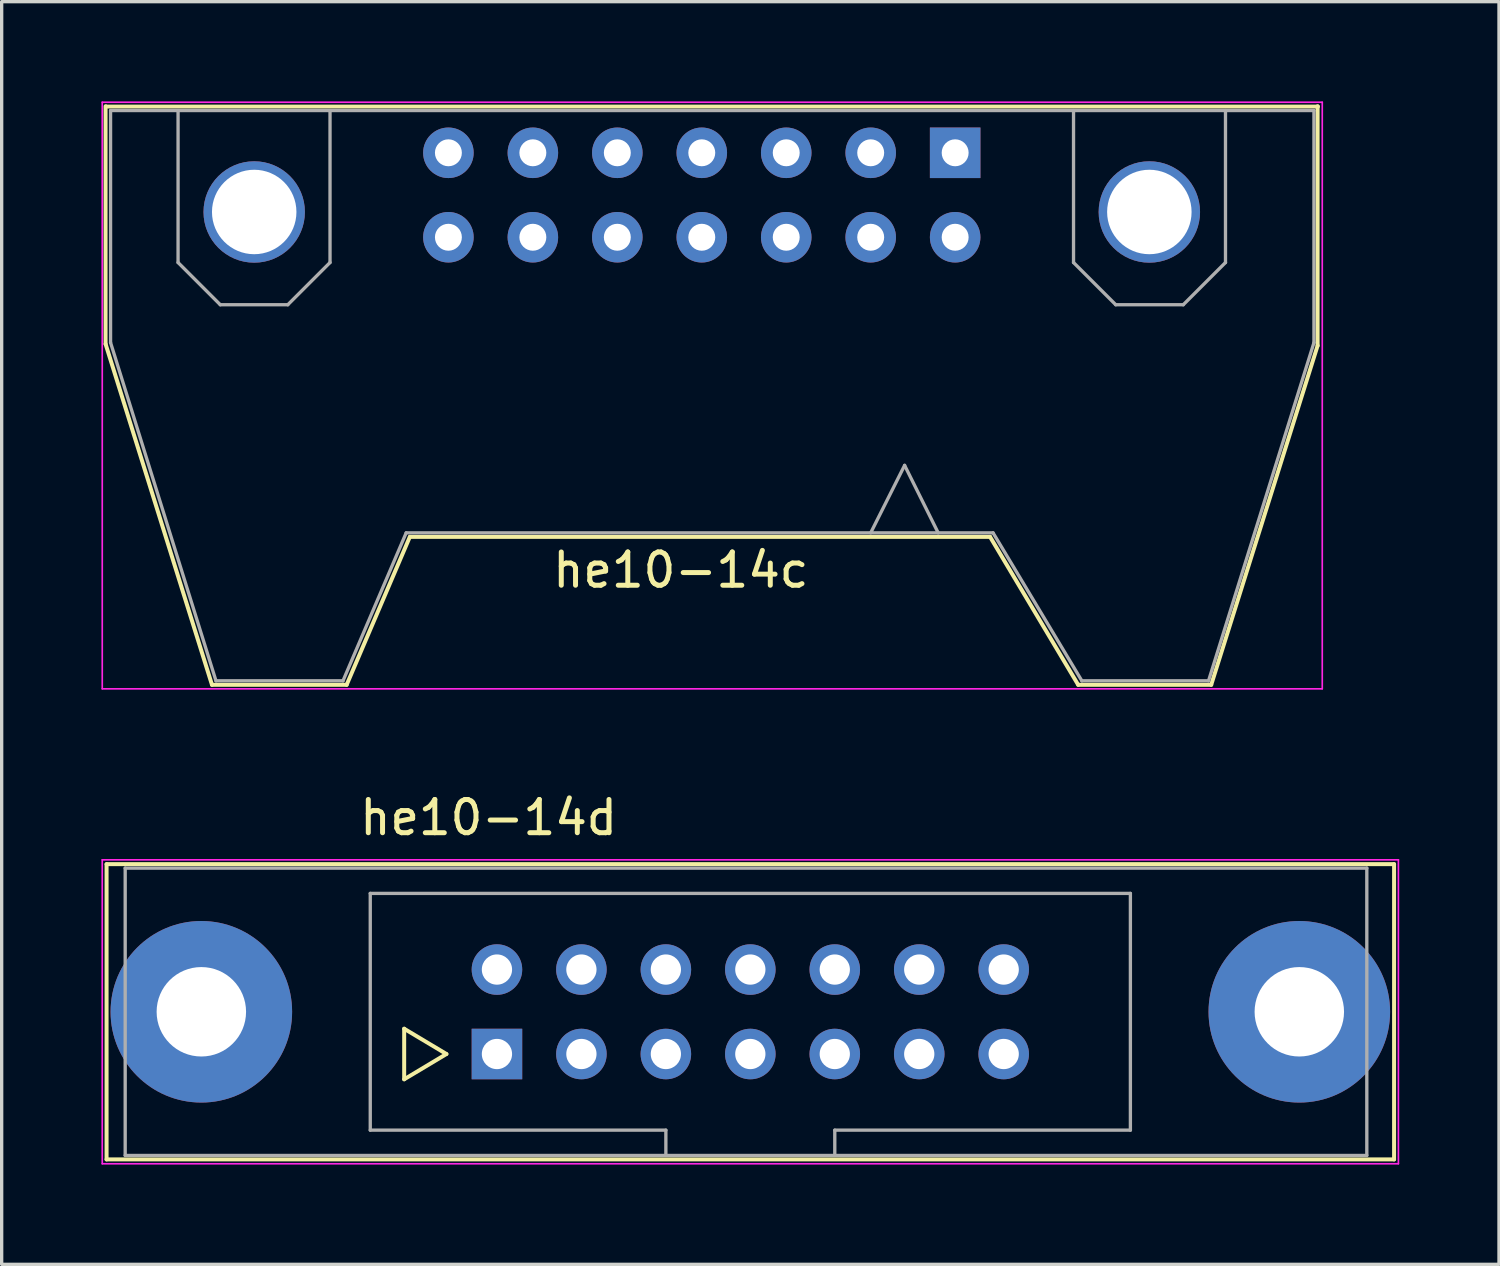
<source format=kicad_pcb>
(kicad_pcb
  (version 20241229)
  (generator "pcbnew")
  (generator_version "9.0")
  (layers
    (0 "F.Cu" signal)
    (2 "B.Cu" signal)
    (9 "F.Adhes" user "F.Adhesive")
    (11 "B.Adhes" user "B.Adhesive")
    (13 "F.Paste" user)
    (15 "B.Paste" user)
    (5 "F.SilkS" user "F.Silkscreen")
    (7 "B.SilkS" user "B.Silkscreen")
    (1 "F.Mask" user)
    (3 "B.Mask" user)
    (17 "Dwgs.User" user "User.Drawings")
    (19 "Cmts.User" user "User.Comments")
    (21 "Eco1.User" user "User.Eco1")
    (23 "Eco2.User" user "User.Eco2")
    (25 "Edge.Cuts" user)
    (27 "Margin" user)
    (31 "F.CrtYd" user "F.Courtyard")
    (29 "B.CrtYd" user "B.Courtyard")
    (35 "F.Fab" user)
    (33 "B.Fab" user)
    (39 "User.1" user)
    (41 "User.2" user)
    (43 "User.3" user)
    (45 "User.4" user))
  (footprint "he10-14c"
    (layer "F.Cu")
    (at 25.675 1.545)
    (property "Reference" "he10-14c" (at -8.25 12.55 0) (layer "F.SilkS") (effects (font (size 1 1) (thickness 0.15))))
    (attr through_hole)
    (fp_line (start -25.55 -1.4) (end -25.55 5.75) (stroke (width 0.12) (type solid)) (layer "F.SilkS"))
    (fp_line (start -25.55 5.75) (end -22.35 16) (stroke (width 0.12) (type solid)) (layer "F.SilkS"))
    (fp_line (start -25.52 -1.39) (end 10.91 -1.39) (stroke (width 0.12) (type solid)) (layer "F.SilkS"))
    (fp_line (start -22.35 16) (end -18.3 16) (stroke (width 0.12) (type solid)) (layer "F.SilkS"))
    (fp_line (start -18.3 16) (end -16.4 11.55) (stroke (width 0.12) (type solid)) (layer "F.SilkS"))
    (fp_line (start -16.4 11.55) (end 1.05 11.55) (stroke (width 0.12) (type solid)) (layer "F.SilkS"))
    (fp_line (start 1.05 11.55) (end 3.7 16) (stroke (width 0.12) (type solid)) (layer "F.SilkS"))
    (fp_line (start 3.7 16) (end 7.7 16) (stroke (width 0.12) (type solid)) (layer "F.SilkS"))
    (fp_line (start 7.7 16) (end 10.9 5.8) (stroke (width 0.12) (type solid)) (layer "F.SilkS"))
    (fp_line (start 10.9 5.8) (end 10.9 -1.4) (stroke (width 0.12) (type solid)) (layer "F.SilkS"))
    (fp_line (start -25.65 -1.52) (end -25.65 16.12) (stroke (width 0.05) (type solid)) (layer "F.CrtYd"))
    (fp_line (start -25.65 -1.52) (end 11.04 -1.52) (stroke (width 0.05) (type solid)) (layer "F.CrtYd"))
    (fp_line (start 11.04 16.12) (end -25.65 16.12) (stroke (width 0.05) (type solid)) (layer "F.CrtYd"))
    (fp_line (start 11.04 16.12) (end 11.04 -1.52) (stroke (width 0.05) (type solid)) (layer "F.CrtYd"))
    (fp_line (start -25.4 -1.27) (end -25.4 5.71) (stroke (width 0.1) (type solid)) (layer "F.Fab"))
    (fp_line (start -25.4 -1.27) (end 10.79 -1.27) (stroke (width 0.1) (type solid)) (layer "F.Fab"))
    (fp_line (start -25.4 5.71) (end -22.23 15.88) (stroke (width 0.1) (type solid)) (layer "F.Fab"))
    (fp_line (start -23.37 3.3) (end -23.37 -1.27) (stroke (width 0.1) (type solid)) (layer "F.Fab"))
    (fp_line (start -22.23 15.88) (end -18.41 15.88) (stroke (width 0.1) (type solid)) (layer "F.Fab"))
    (fp_line (start -22.1 4.57) (end -23.37 3.3) (stroke (width 0.1) (type solid)) (layer "F.Fab"))
    (fp_line (start -20.07 4.57) (end -22.1 4.57) (stroke (width 0.1) (type solid)) (layer "F.Fab"))
    (fp_line (start -18.8 -1.27) (end -18.8 3.3) (stroke (width 0.1) (type solid)) (layer "F.Fab"))
    (fp_line (start -18.8 3.3) (end -20.07 4.57) (stroke (width 0.1) (type solid)) (layer "F.Fab"))
    (fp_line (start -18.41 15.88) (end -16.51 11.43) (stroke (width 0.1) (type solid)) (layer "F.Fab"))
    (fp_line (start -16.51 11.43) (end 1.14 11.43) (stroke (width 0.1) (type solid)) (layer "F.Fab"))
    (fp_line (start -1.52 9.4) (end -2.54 11.43) (stroke (width 0.1) (type solid)) (layer "F.Fab"))
    (fp_line (start -0.51 11.43) (end -1.52 9.4) (stroke (width 0.1) (type solid)) (layer "F.Fab"))
    (fp_line (start 3.56 3.3) (end 3.56 -1.27) (stroke (width 0.1) (type solid)) (layer "F.Fab"))
    (fp_line (start 3.81 15.88) (end 1.14 11.43) (stroke (width 0.1) (type solid)) (layer "F.Fab"))
    (fp_line (start 4.83 4.57) (end 3.56 3.3) (stroke (width 0.1) (type solid)) (layer "F.Fab"))
    (fp_line (start 6.86 4.57) (end 4.83 4.57) (stroke (width 0.1) (type solid)) (layer "F.Fab"))
    (fp_line (start 7.62 15.88) (end 3.81 15.88) (stroke (width 0.1) (type solid)) (layer "F.Fab"))
    (fp_line (start 8.13 -1.27) (end 8.13 3.3) (stroke (width 0.1) (type solid)) (layer "F.Fab"))
    (fp_line (start 8.13 3.3) (end 6.86 4.57) (stroke (width 0.1) (type solid)) (layer "F.Fab"))
    (fp_line (start 10.79 -1.27) (end 10.79 5.71) (stroke (width 0.1) (type solid)) (layer "F.Fab"))
    (fp_line (start 10.79 5.71) (end 7.62 15.88) (stroke (width 0.1) (type solid)) (layer "F.Fab"))
    (pad "0" thru_hole circle (at -21.08 1.78) (size 3.05 3.05) (drill 2.54) (layers "*.Cu" "*.Mask"))
    (pad "0" thru_hole circle (at 5.84 1.78) (size 3.05 3.05) (drill 2.54) (layers "*.Cu" "*.Mask"))
    (pad "1" thru_hole rect (at 0 0) (size 1.52 1.52) (drill 0.81) (layers "*.Cu" "*.Mask"))
    (pad "2" thru_hole circle (at 0 2.54) (size 1.52 1.52) (drill 0.81) (layers "*.Cu" "*.Mask"))
    (pad "3" thru_hole circle (at -2.54 0) (size 1.52 1.52) (drill 0.81) (layers "*.Cu" "*.Mask"))
    (pad "4" thru_hole circle (at -2.54 2.54) (size 1.52 1.52) (drill 0.81) (layers "*.Cu" "*.Mask"))
    (pad "5" thru_hole circle (at -5.08 0) (size 1.52 1.52) (drill 0.81) (layers "*.Cu" "*.Mask"))
    (pad "6" thru_hole circle (at -7.62 2.54) (size 1.52 1.52) (drill 0.81) (layers "*.Cu" "*.Mask"))
    (pad "7" thru_hole circle (at -7.62 0) (size 1.52 1.52) (drill 0.81) (layers "*.Cu" "*.Mask"))
    (pad "8" thru_hole circle (at -5.08 2.54) (size 1.52 1.52) (drill 0.81) (layers "*.Cu" "*.Mask"))
    (pad "9" thru_hole circle (at -10.16 0) (size 1.52 1.52) (drill 0.81) (layers "*.Cu" "*.Mask"))
    (pad "10" thru_hole circle (at -10.16 2.54) (size 1.52 1.52) (drill 0.81) (layers "*.Cu" "*.Mask"))
    (pad "11" thru_hole circle (at -12.7 0) (size 1.52 1.52) (drill 0.81) (layers "*.Cu" "*.Mask"))
    (pad "12" thru_hole circle (at -12.7 2.54) (size 1.52 1.52) (drill 0.81) (layers "*.Cu" "*.Mask"))
    (pad "13" thru_hole circle (at -15.24 0) (size 1.52 1.52) (drill 0.81) (layers "*.Cu" "*.Mask"))
    (pad "14" thru_hole circle (at -15.24 2.54) (size 1.52 1.52) (drill 0.81) (layers "*.Cu" "*.Mask")))
  (footprint "he10-14d"
    (layer "F.Cu")
    (at 11.895 28.648)
    (property "Reference" "he10-14d" (at -0.25 -7.11 0) (layer "F.SilkS") (effects (font (size 1 1) (thickness 0.15))))
    (attr through_hole)
    (fp_line (start -11.74 -5.71) (end -11.74 3.17) (stroke (width 0.12) (type solid)) (layer "F.SilkS"))
    (fp_line (start -11.74 -5.71) (end 26.98 -5.71) (stroke (width 0.12) (type solid)) (layer "F.SilkS"))
    (fp_line (start -2.79 -0.76) (end -2.79 0.76) (stroke (width 0.12) (type solid)) (layer "F.SilkS"))
    (fp_line (start -2.79 0.76) (end -1.52 0) (stroke (width 0.12) (type solid)) (layer "F.SilkS"))
    (fp_line (start -1.52 0) (end -2.79 -0.76) (stroke (width 0.12) (type solid)) (layer "F.SilkS"))
    (fp_line (start 26.98 3.17) (end -11.74 3.17) (stroke (width 0.12) (type solid)) (layer "F.SilkS"))
    (fp_line (start 26.98 3.17) (end 26.98 -5.71) (stroke (width 0.12) (type solid)) (layer "F.SilkS"))
    (fp_line (start -11.87 -5.84) (end -11.87 3.3) (stroke (width 0.05) (type solid)) (layer "F.CrtYd"))
    (fp_line (start -11.87 -5.84) (end 27.11 -5.84) (stroke (width 0.05) (type solid)) (layer "F.CrtYd"))
    (fp_line (start 27.11 3.3) (end -11.87 3.3) (stroke (width 0.05) (type solid)) (layer "F.CrtYd"))
    (fp_line (start 27.11 3.3) (end 27.11 -5.84) (stroke (width 0.05) (type solid)) (layer "F.CrtYd"))
    (fp_line (start -11.18 -5.59) (end 26.16 -5.59) (stroke (width 0.1) (type solid)) (layer "F.Fab"))
    (fp_line (start -11.18 3.05) (end -11.18 -5.59) (stroke (width 0.1) (type solid)) (layer "F.Fab"))
    (fp_line (start -3.81 -4.83) (end 19.05 -4.83) (stroke (width 0.1) (type solid)) (layer "F.Fab"))
    (fp_line (start -3.81 2.29) (end -3.81 -4.83) (stroke (width 0.1) (type solid)) (layer "F.Fab"))
    (fp_line (start 5.08 2.29) (end -3.81 2.29) (stroke (width 0.1) (type solid)) (layer "F.Fab"))
    (fp_line (start 5.08 3.05) (end 5.08 2.29) (stroke (width 0.1) (type solid)) (layer "F.Fab"))
    (fp_line (start 10.16 2.29) (end 10.16 3.05) (stroke (width 0.1) (type solid)) (layer "F.Fab"))
    (fp_line (start 19.05 -4.83) (end 19.05 2.29) (stroke (width 0.1) (type solid)) (layer "F.Fab"))
    (fp_line (start 19.05 2.29) (end 10.16 2.29) (stroke (width 0.1) (type solid)) (layer "F.Fab"))
    (fp_line (start 26.16 -5.59) (end 26.16 3.05) (stroke (width 0.1) (type solid)) (layer "F.Fab"))
    (fp_line (start 26.16 3.05) (end -11.18 3.05) (stroke (width 0.1) (type solid)) (layer "F.Fab"))
    (pad "0" thru_hole circle (at -8.89 -1.27) (size 5.46 5.46) (drill 2.69) (layers "*.Cu" "*.Mask"))
    (pad "0" thru_hole circle (at 24.13 -1.27) (size 5.46 5.46) (drill 2.69) (layers "*.Cu" "*.Mask"))
    (pad "1" thru_hole rect (at 0 0) (size 1.52 1.52) (drill 0.91) (layers "*.Cu" "*.Mask"))
    (pad "2" thru_hole circle (at 0 -2.54) (size 1.52 1.52) (drill 0.91) (layers "*.Cu" "*.Mask"))
    (pad "3" thru_hole circle (at 2.54 0) (size 1.52 1.52) (drill 0.91) (layers "*.Cu" "*.Mask"))
    (pad "4" thru_hole circle (at 2.54 -2.54) (size 1.52 1.52) (drill 0.91) (layers "*.Cu" "*.Mask"))
    (pad "5" thru_hole circle (at 5.08 0) (size 1.52 1.52) (drill 0.91) (layers "*.Cu" "*.Mask"))
    (pad "6" thru_hole circle (at 5.08 -2.54) (size 1.52 1.52) (drill 0.91) (layers "*.Cu" "*.Mask"))
    (pad "7" thru_hole circle (at 7.62 0) (size 1.52 1.52) (drill 0.91) (layers "*.Cu" "*.Mask"))
    (pad "8" thru_hole circle (at 7.62 -2.54) (size 1.52 1.52) (drill 0.91) (layers "*.Cu" "*.Mask"))
    (pad "9" thru_hole circle (at 10.16 0) (size 1.52 1.52) (drill 0.91) (layers "*.Cu" "*.Mask"))
    (pad "10" thru_hole circle (at 10.16 -2.54) (size 1.52 1.52) (drill 0.91) (layers "*.Cu" "*.Mask"))
    (pad "11" thru_hole circle (at 12.7 0) (size 1.52 1.52) (drill 0.91) (layers "*.Cu" "*.Mask"))
    (pad "12" thru_hole circle (at 12.7 -2.54) (size 1.52 1.52) (drill 0.91) (layers "*.Cu" "*.Mask"))
    (pad "13" thru_hole circle (at 15.24 0) (size 1.52 1.52) (drill 0.91) (layers "*.Cu" "*.Mask"))
    (pad "14" thru_hole circle (at 15.24 -2.54) (size 1.52 1.52) (drill 0.91) (layers "*.Cu" "*.Mask")))
  (gr_rect
    (start -3 -3)
    (end 42.03 34.973)
    (stroke (width 0.1) (type default))
    (fill no)
    (layer "Edge.Cuts")))
</source>
